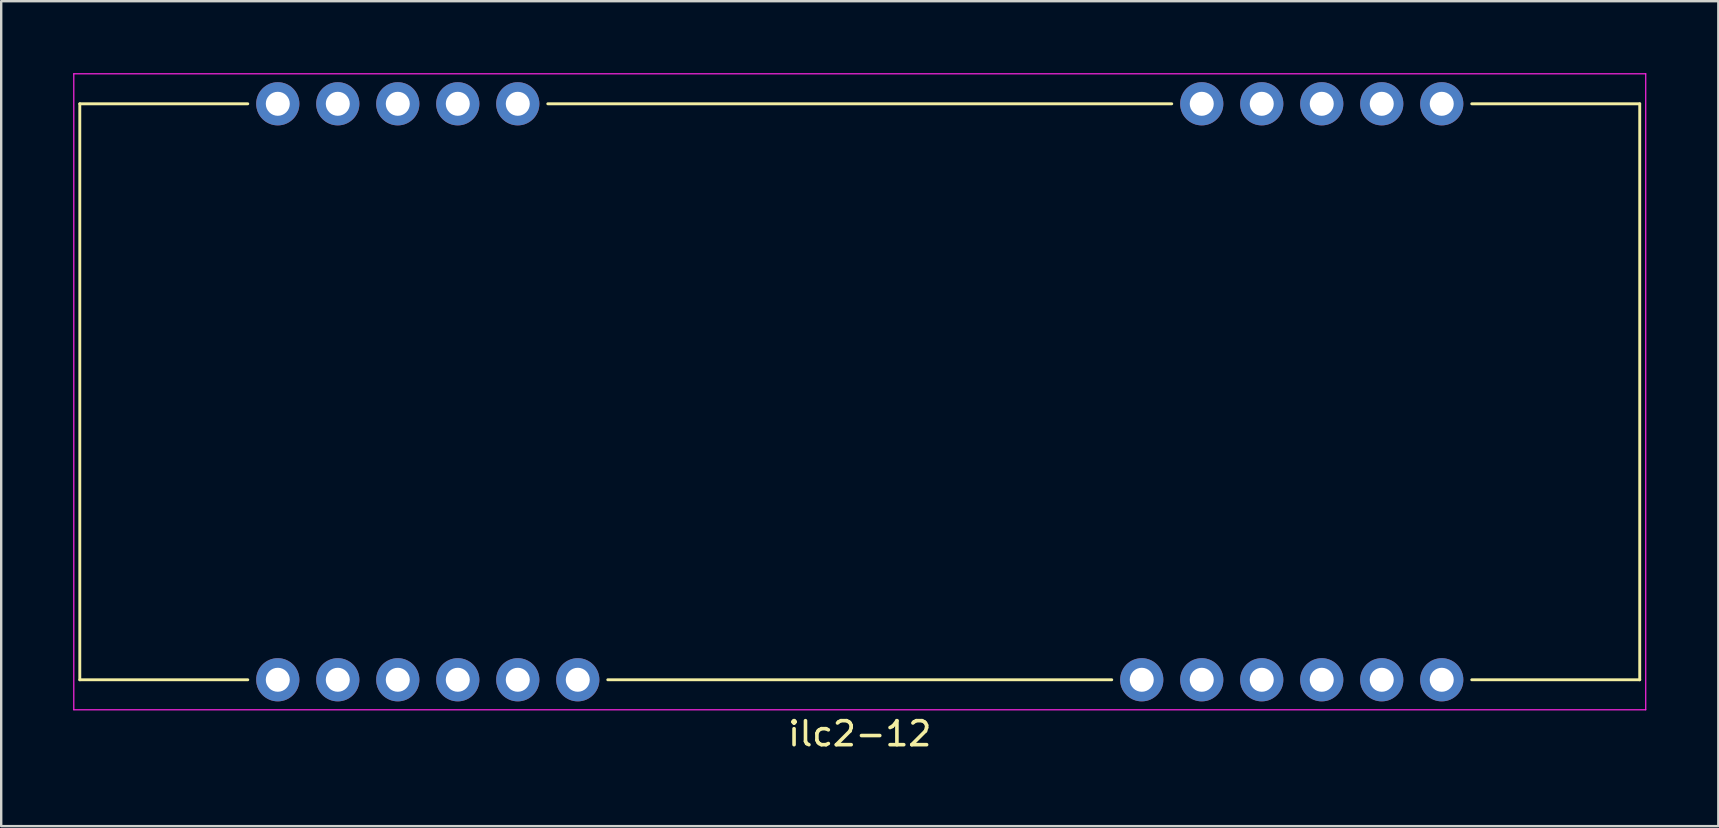
<source format=kicad_pcb>
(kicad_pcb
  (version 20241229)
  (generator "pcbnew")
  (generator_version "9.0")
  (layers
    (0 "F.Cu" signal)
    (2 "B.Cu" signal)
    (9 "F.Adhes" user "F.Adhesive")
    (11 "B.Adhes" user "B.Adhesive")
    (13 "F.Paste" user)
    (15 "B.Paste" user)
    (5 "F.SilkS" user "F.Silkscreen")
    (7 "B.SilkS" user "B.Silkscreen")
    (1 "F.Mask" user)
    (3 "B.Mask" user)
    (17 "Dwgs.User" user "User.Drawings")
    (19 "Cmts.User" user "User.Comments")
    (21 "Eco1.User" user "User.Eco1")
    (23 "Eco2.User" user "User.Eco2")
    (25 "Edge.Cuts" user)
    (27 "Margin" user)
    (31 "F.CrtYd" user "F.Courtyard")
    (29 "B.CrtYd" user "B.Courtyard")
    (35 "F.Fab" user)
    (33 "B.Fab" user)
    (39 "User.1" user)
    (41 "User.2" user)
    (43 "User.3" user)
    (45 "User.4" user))
  (footprint "ilc2-12"
    (layer "F.Cu")
    (at 32.775 13.275)
    (property "Reference" "ilc2-12" (at 0 14.25 0) (layer "F.SilkS") (effects (font (size 1 1) (thickness 0.15))))
    (attr through_hole)
    (fp_line (start -32.5 -12) (end -32.5 12) (stroke (width 0.12) (type solid)) (layer "F.SilkS"))
    (fp_line (start -32.5 12) (end -25.5 12) (stroke (width 0.12) (type solid)) (layer "F.SilkS"))
    (fp_line (start -25.5 -12) (end -32.5 -12) (stroke (width 0.12) (type solid)) (layer "F.SilkS"))
    (fp_line (start -10.5 12) (end 10.5 12) (stroke (width 0.12) (type solid)) (layer "F.SilkS"))
    (fp_line (start 13 -12) (end -13 -12) (stroke (width 0.12) (type solid)) (layer "F.SilkS"))
    (fp_line (start 25.5 12) (end 32.5 12) (stroke (width 0.12) (type solid)) (layer "F.SilkS"))
    (fp_line (start 32.5 -12) (end 25.5 -12) (stroke (width 0.12) (type solid)) (layer "F.SilkS"))
    (fp_line (start 32.5 12) (end 32.5 -12) (stroke (width 0.12) (type solid)) (layer "F.SilkS"))
    (fp_line (start -32.75 -13.25) (end 32.75 -13.25) (stroke (width 0.05) (type solid)) (layer "F.CrtYd"))
    (fp_line (start -32.75 13.25) (end -32.75 -13.25) (stroke (width 0.05) (type solid)) (layer "F.CrtYd"))
    (fp_line (start 32.75 -13.25) (end 32.75 13.25) (stroke (width 0.05) (type solid)) (layer "F.CrtYd"))
    (fp_line (start 32.75 13.25) (end -32.75 13.25) (stroke (width 0.05) (type solid)) (layer "F.CrtYd"))
    (pad "1" thru_hole circle (at -24.25 -12) (size 1.8 1.8) (drill 1) (layers "*.Cu" "*.Mask"))
    (pad "2" thru_hole circle (at -21.75 -12) (size 1.8 1.8) (drill 1) (layers "*.Cu" "*.Mask"))
    (pad "3" thru_hole circle (at -19.25 -12) (size 1.8 1.8) (drill 1) (layers "*.Cu" "*.Mask"))
    (pad "4" thru_hole circle (at -16.75 -12) (size 1.8 1.8) (drill 1) (layers "*.Cu" "*.Mask"))
    (pad "5" thru_hole circle (at -14.25 -12) (size 1.8 1.8) (drill 1) (layers "*.Cu" "*.Mask"))
    (pad "6" thru_hole circle (at 14.25 -12) (size 1.8 1.8) (drill 1) (layers "*.Cu" "*.Mask"))
    (pad "7" thru_hole circle (at 16.75 -12) (size 1.8 1.8) (drill 1) (layers "*.Cu" "*.Mask"))
    (pad "8" thru_hole circle (at 19.25 -12) (size 1.8 1.8) (drill 1) (layers "*.Cu" "*.Mask"))
    (pad "9" thru_hole circle (at 21.75 -12) (size 1.8 1.8) (drill 1) (layers "*.Cu" "*.Mask"))
    (pad "10" thru_hole circle (at 24.25 -12) (size 1.8 1.8) (drill 1) (layers "*.Cu" "*.Mask"))
    (pad "11" thru_hole circle (at 24.25 12) (size 1.8 1.8) (drill 1) (layers "*.Cu" "*.Mask"))
    (pad "12" thru_hole circle (at 21.75 12) (size 1.8 1.8) (drill 1) (layers "*.Cu" "*.Mask"))
    (pad "13" thru_hole circle (at 19.25 12) (size 1.8 1.8) (drill 1) (layers "*.Cu" "*.Mask"))
    (pad "14" thru_hole circle (at 16.75 12) (size 1.8 1.8) (drill 1) (layers "*.Cu" "*.Mask"))
    (pad "15" thru_hole circle (at 14.25 12) (size 1.8 1.8) (drill 1) (layers "*.Cu" "*.Mask"))
    (pad "16" thru_hole circle (at 11.75 12) (size 1.8 1.8) (drill 1) (layers "*.Cu" "*.Mask"))
    (pad "17" thru_hole circle (at -11.75 12) (size 1.8 1.8) (drill 1) (layers "*.Cu" "*.Mask"))
    (pad "18" thru_hole circle (at -14.25 12) (size 1.8 1.8) (drill 1) (layers "*.Cu" "*.Mask"))
    (pad "19" thru_hole circle (at -16.75 12) (size 1.8 1.8) (drill 1) (layers "*.Cu" "*.Mask"))
    (pad "20" thru_hole circle (at -19.25 12) (size 1.8 1.8) (drill 1) (layers "*.Cu" "*.Mask"))
    (pad "21" thru_hole circle (at -21.75 12) (size 1.8 1.8) (drill 1) (layers "*.Cu" "*.Mask"))
    (pad "22" thru_hole circle (at -24.25 12) (size 1.8 1.8) (drill 1) (layers "*.Cu" "*.Mask")))
  (gr_rect
    (start -3 -3)
    (end 68.55 31.373)
    (stroke (width 0.1) (type default))
    (fill no)
    (layer "Edge.Cuts")))
</source>
